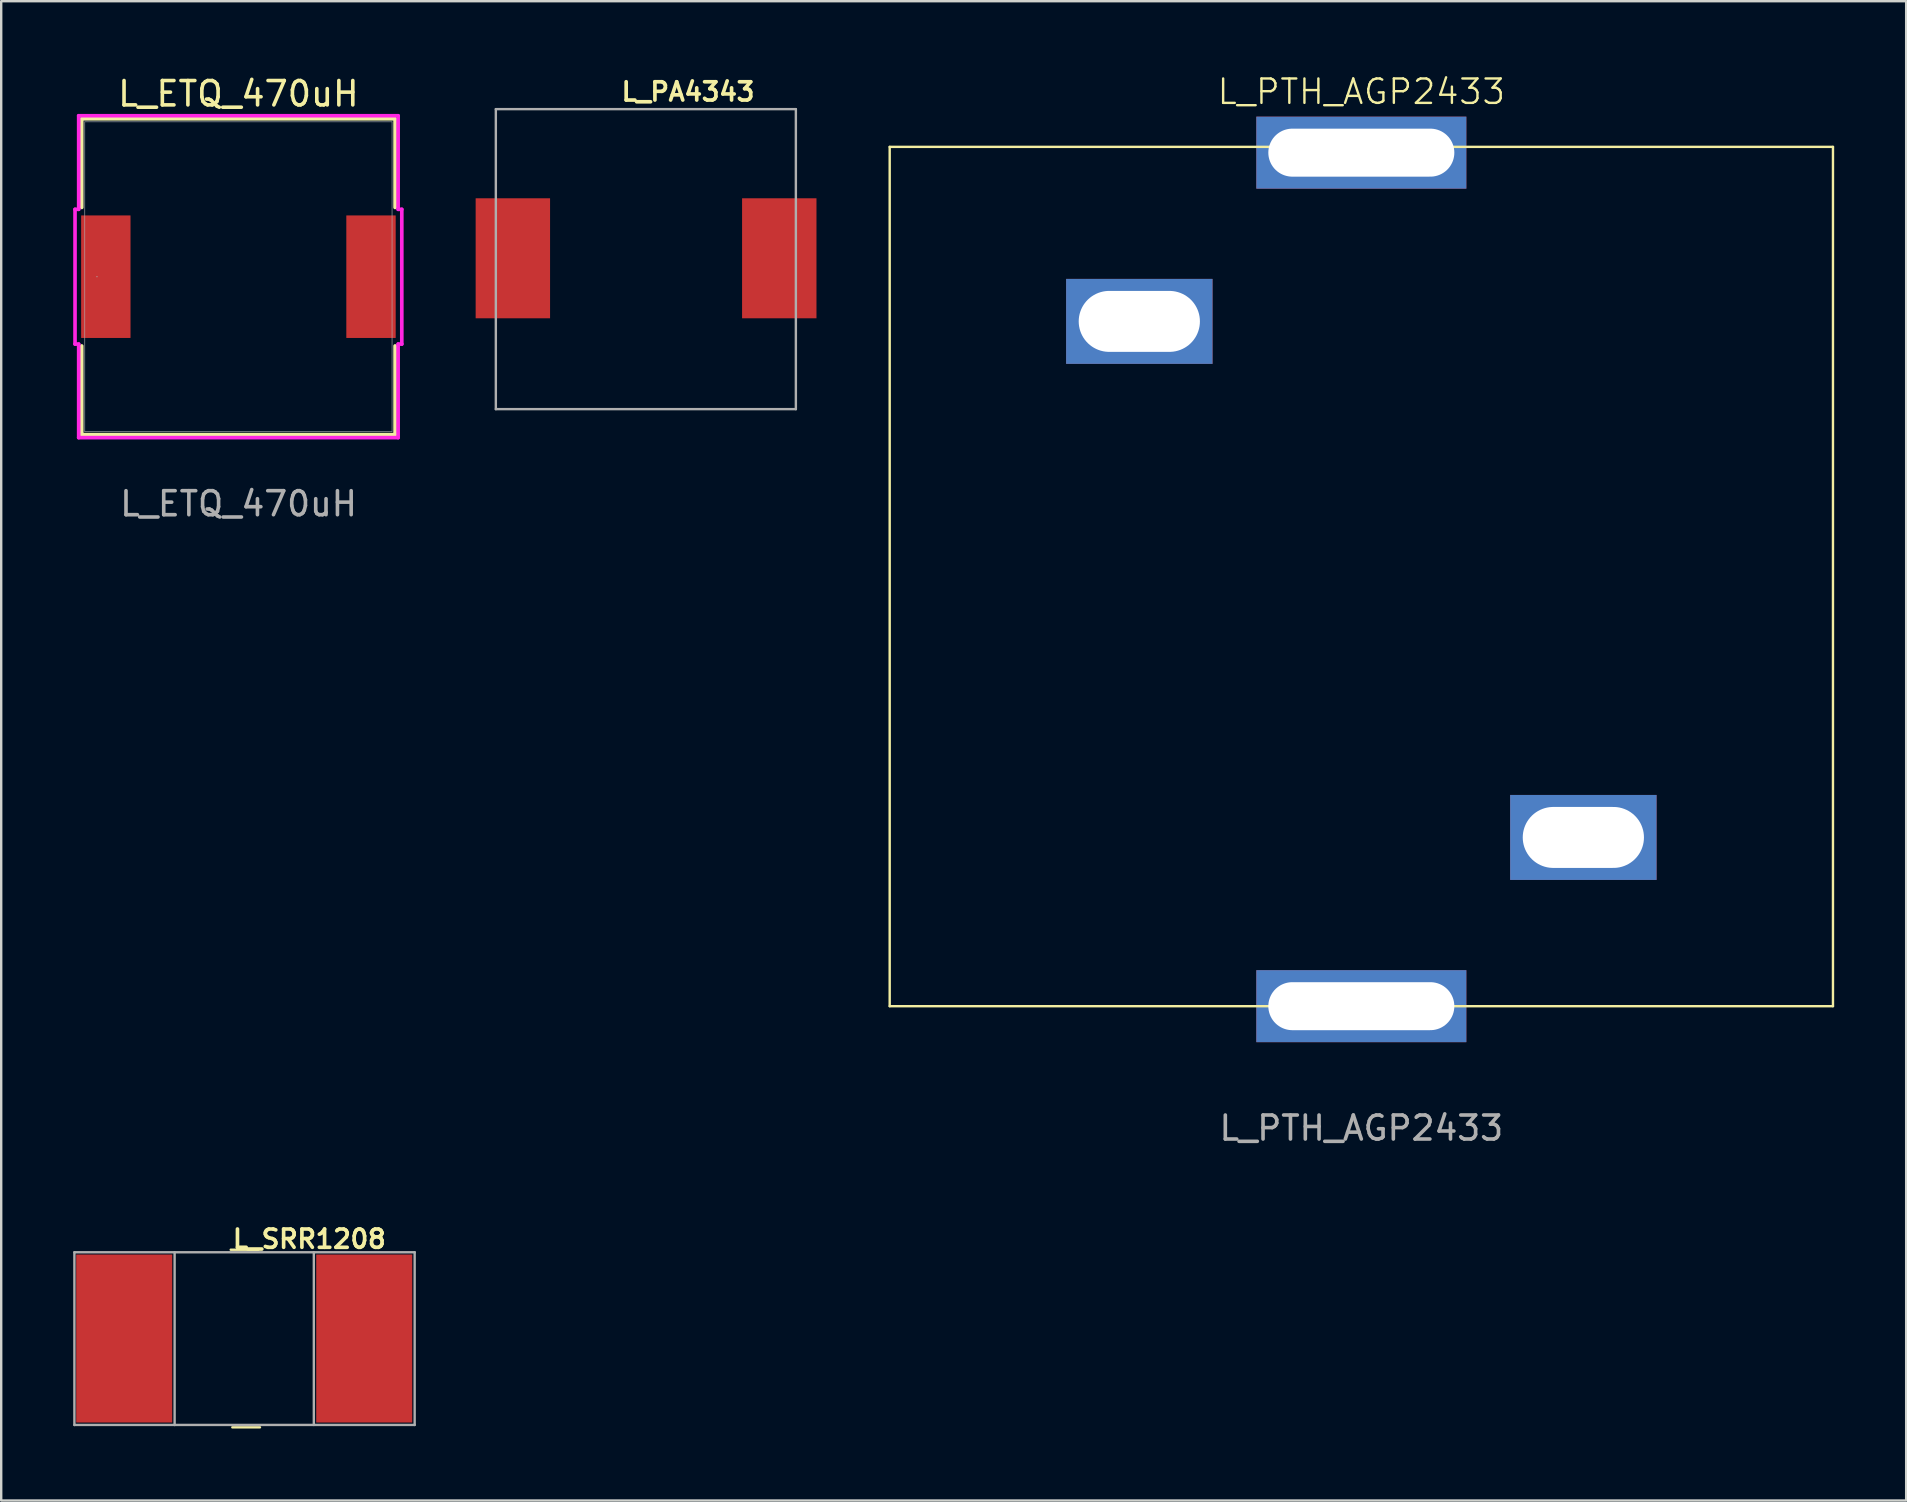
<source format=kicad_pcb>
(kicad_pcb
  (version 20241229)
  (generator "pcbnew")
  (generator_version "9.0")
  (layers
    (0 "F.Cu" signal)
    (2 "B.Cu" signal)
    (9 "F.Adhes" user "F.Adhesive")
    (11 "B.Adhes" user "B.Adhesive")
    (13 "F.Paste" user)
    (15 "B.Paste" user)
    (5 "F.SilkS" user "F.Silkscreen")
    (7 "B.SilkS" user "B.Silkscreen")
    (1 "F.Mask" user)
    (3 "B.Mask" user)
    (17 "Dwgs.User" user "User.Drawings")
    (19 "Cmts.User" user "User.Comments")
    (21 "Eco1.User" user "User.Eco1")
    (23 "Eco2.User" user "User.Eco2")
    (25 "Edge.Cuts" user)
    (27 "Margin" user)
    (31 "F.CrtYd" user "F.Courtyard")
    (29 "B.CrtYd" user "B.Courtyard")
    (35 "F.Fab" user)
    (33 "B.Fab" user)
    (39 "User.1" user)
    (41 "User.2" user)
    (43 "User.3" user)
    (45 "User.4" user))
  (footprint "L_SRR1208"
    (layer "F.Cu")
    (at 2.125 52.717)
    (property "Reference" "L_SRR1208" (at 4.437 -3.7 0) (layer "F.SilkS") (effects (font (size 0.762 0.762) (thickness 0.152) (bold yes)) (justify left bottom)))
    (attr smd)
    (fp_line (start 4.437 -3.7) (end 5.589 -3.7) (stroke (width 0.1) (type default)) (layer "F.SilkS"))
    (fp_line (start 4.504 3.7) (end 5.656 3.7) (stroke (width 0.1) (type default)) (layer "F.SilkS"))
    (fp_line (start -2.075 -3.594) (end 12.101 -3.594) (stroke (width 0.1) (type default)) (layer "F.Fab"))
    (fp_line (start -2.075 3.603) (end -2.075 -3.594) (stroke (width 0.1) (type default)) (layer "F.Fab"))
    (fp_line (start 2.1 3.603) (end 2.1 -3.594) (stroke (width 0.1) (type default)) (layer "F.Fab"))
    (fp_line (start 7.9 3.601) (end 7.9 -3.596) (stroke (width 0.1) (type default)) (layer "F.Fab"))
    (fp_line (start 12.101 -3.596) (end 12.101 3.601) (stroke (width 0.1) (type default)) (layer "F.Fab"))
    (fp_line (start 12.101 3.601) (end -2.075 3.601) (stroke (width 0.1) (type default)) (layer "F.Fab"))
    (pad "1" smd rect (at 0 0) (size 4 7) (layers "F.Cu" "F.Mask" "F.Paste"))
    (pad "2" smd rect (at 10 0) (size 4 7) (layers "F.Cu" "F.Mask" "F.Paste")))
  (footprint "L_PTH_AGP2433"
    (layer "F.Cu")
    (at 53.667 3.31)
    (property "Reference" "L_PTH_AGP2433" (at 0 -2.54 0) (unlocked yes) (layer "F.SilkS") (effects (font (size 1.016 1.016) (thickness 0.1))))
    (attr through_hole)
    (fp_line (start -19.65 -0.24) (end -19.65 35.56) (stroke (width 0.1) (type default)) (layer "F.SilkS"))
    (fp_line (start -19.65 -0.24) (end 19.65 -0.24) (stroke (width 0.1) (type default)) (layer "F.SilkS"))
    (fp_line (start 19.65 35.56) (end -19.65 35.56) (stroke (width 0.1) (type default)) (layer "F.SilkS"))
    (fp_line (start 19.65 35.56) (end 19.65 -0.24) (stroke (width 0.1) (type default)) (layer "F.SilkS"))
    (fp_text user "${REFERENCE}" (at 0 40.64 0) (unlocked yes) (layer "F.Fab") (effects (font (size 1 1) (thickness 0.15))))
    (pad "1" thru_hole rect (at 0 0 90) (size 3 8.75) (drill oval 2 7.75) (layers "*.Cu" "*.Mask"))
    (pad "2" thru_hole rect (at 0 35.56 90) (size 3 8.75) (drill oval 2 7.75) (layers "*.Cu" "*.Mask"))
    (pad "3" thru_hole rect (at -9.25 7.03 90) (size 3.54 6.1) (drill oval 2.54 5.05) (layers "*.Cu" "*.Mask"))
    (pad "4" thru_hole rect (at 9.25 28.53 90) (size 3.54 6.1) (drill oval 2.54 5.05) (layers "*.Cu" "*.Mask")))
  (footprint "L_ETQ_470uH"
    (layer "F.Cu")
    (at 6.883 8.478)
    (property "Reference" "L_ETQ_470uH" (at 0 -7.62 0) (unlocked yes) (layer "F.SilkS") (effects (font (size 1.016 1.016) (thickness 0.15))))
    (attr smd)
    (fp_line (start -6.528 -6.579) (end -6.528 -2.885) (stroke (width 0.152) (type solid)) (layer "F.SilkS"))
    (fp_line (start -6.528 2.885) (end -6.528 6.579) (stroke (width 0.152) (type solid)) (layer "F.SilkS"))
    (fp_line (start -6.528 6.579) (end 6.528 6.579) (stroke (width 0.152) (type solid)) (layer "F.SilkS"))
    (fp_line (start 6.528 -6.579) (end -6.528 -6.579) (stroke (width 0.152) (type solid)) (layer "F.SilkS"))
    (fp_line (start 6.528 -2.885) (end 6.528 -6.579) (stroke (width 0.152) (type solid)) (layer "F.SilkS"))
    (fp_line (start 6.528 6.579) (end 6.528 2.885) (stroke (width 0.152) (type solid)) (layer "F.SilkS"))
    (fp_line (start -6.807 -2.807) (end -6.655 -2.807) (stroke (width 0.152) (type solid)) (layer "F.CrtYd"))
    (fp_line (start -6.807 2.807) (end -6.807 -2.807) (stroke (width 0.152) (type solid)) (layer "F.CrtYd"))
    (fp_line (start -6.655 -6.706) (end 6.655 -6.706) (stroke (width 0.152) (type solid)) (layer "F.CrtYd"))
    (fp_line (start -6.655 -2.807) (end -6.655 -6.706) (stroke (width 0.152) (type solid)) (layer "F.CrtYd"))
    (fp_line (start -6.655 2.807) (end -6.807 2.807) (stroke (width 0.152) (type solid)) (layer "F.CrtYd"))
    (fp_line (start -6.655 6.706) (end -6.655 2.807) (stroke (width 0.152) (type solid)) (layer "F.CrtYd"))
    (fp_line (start 6.655 -6.706) (end 6.655 -2.807) (stroke (width 0.152) (type solid)) (layer "F.CrtYd"))
    (fp_line (start 6.655 -2.807) (end 6.807 -2.807) (stroke (width 0.152) (type solid)) (layer "F.CrtYd"))
    (fp_line (start 6.655 2.807) (end 6.655 6.706) (stroke (width 0.152) (type solid)) (layer "F.CrtYd"))
    (fp_line (start 6.655 6.706) (end -6.655 6.706) (stroke (width 0.152) (type solid)) (layer "F.CrtYd"))
    (fp_line (start 6.807 -2.807) (end 6.807 2.807) (stroke (width 0.152) (type solid)) (layer "F.CrtYd"))
    (fp_line (start 6.807 2.807) (end 6.655 2.807) (stroke (width 0.152) (type solid)) (layer "F.CrtYd"))
    (fp_line (start -6.401 -6.452) (end -6.401 6.452) (stroke (width 0.025) (type solid)) (layer "F.Fab"))
    (fp_line (start -6.401 6.452) (end 6.401 6.452) (stroke (width 0.025) (type solid)) (layer "F.Fab"))
    (fp_line (start 6.401 -6.452) (end -6.401 -6.452) (stroke (width 0.025) (type solid)) (layer "F.Fab"))
    (fp_line (start 6.401 6.452) (end 6.401 -6.452) (stroke (width 0.025) (type solid)) (layer "F.Fab"))
    (fp_circle (center -5.893 0) (end -5.893 0) (stroke (width 0.025) (type solid)) (fill no) (layer "F.Fab"))
    (fp_text user "${REFERENCE}" (at 0.007 9.461 0) (unlocked yes) (layer "F.Fab") (effects (font (size 1 1) (thickness 0.15))))
    (pad "1" smd rect (at -5.524 0 90) (size 5.105 2.057) (layers "F.Cu" "F.Mask" "F.Paste"))
    (pad "2" smd rect (at 5.524 0 90) (size 5.105 2.057) (layers "F.Cu" "F.Mask" "F.Paste"))
    (zone (net_name "") (layer "F.Cu") (hatch full 0.508) (connect_pads) (min_thickness 0.254) (filled_areas_thickness no) (keepout (tracks not_allowed) (vias not_allowed) (pads allowed) (copperpour not_allowed) (footprints allowed)) (placement (enabled no)) (fill) (polygon (pts (xy 0.533 2.077) (xy 13.233 2.077) (xy 13.233 5.874) (xy 0.533 5.874))))
    (zone (net_name "") (layer "F.Cu") (hatch full 0.508) (connect_pads) (min_thickness 0.254) (filled_areas_thickness no) (keepout (tracks not_allowed) (vias not_allowed) (pads allowed) (copperpour not_allowed) (footprints allowed)) (placement (enabled no)) (fill) (polygon (pts (xy 0.533 11.081) (xy 13.233 11.081) (xy 13.233 14.878) (xy 0.533 14.878))))
    (zone (net_name "") (layer "F.Cu") (hatch full 0.508) (connect_pads) (min_thickness 0.254) (filled_areas_thickness no) (keepout (tracks not_allowed) (vias not_allowed) (pads allowed) (copperpour not_allowed) (footprints allowed)) (placement (enabled no)) (fill) (polygon (pts (xy 2.438 5.874) (xy 11.328 5.874) (xy 11.328 11.081) (xy 2.438 11.081)))))
  (footprint "L_PA4343"
    (layer "F.Cu")
    (at 18.317 7.711)
    (property "Reference" "L_PA4343" (at 4.44 -6.492 0) (layer "F.SilkS") (effects (font (size 0.762 0.762) (thickness 0.152) (bold yes)) (justify left bottom)))
    (attr smd)
    (fp_line (start -0.709 -6.214) (end -0.709 6.286) (stroke (width 0.1) (type default)) (layer "F.Fab"))
    (fp_line (start -0.709 -6.214) (end 11.791 -6.214) (stroke (width 0.1) (type default)) (layer "F.Fab"))
    (fp_line (start 11.791 6.286) (end -0.709 6.286) (stroke (width 0.1) (type default)) (layer "F.Fab"))
    (fp_line (start 11.791 6.286) (end 11.791 -6.214) (stroke (width 0.1) (type default)) (layer "F.Fab"))
    (pad "1" smd rect (at 0 0) (size 3.1 5) (layers "F.Cu" "F.Mask" "F.Paste"))
    (pad "2" smd rect (at 11.1 0) (size 3.1 5) (layers "F.Cu" "F.Mask" "F.Paste")))
  (gr_rect
    (start -3 -3)
    (end 76.367 59.467)
    (stroke (width 0.1) (type default))
    (fill no)
    (layer "Edge.Cuts")))
</source>
